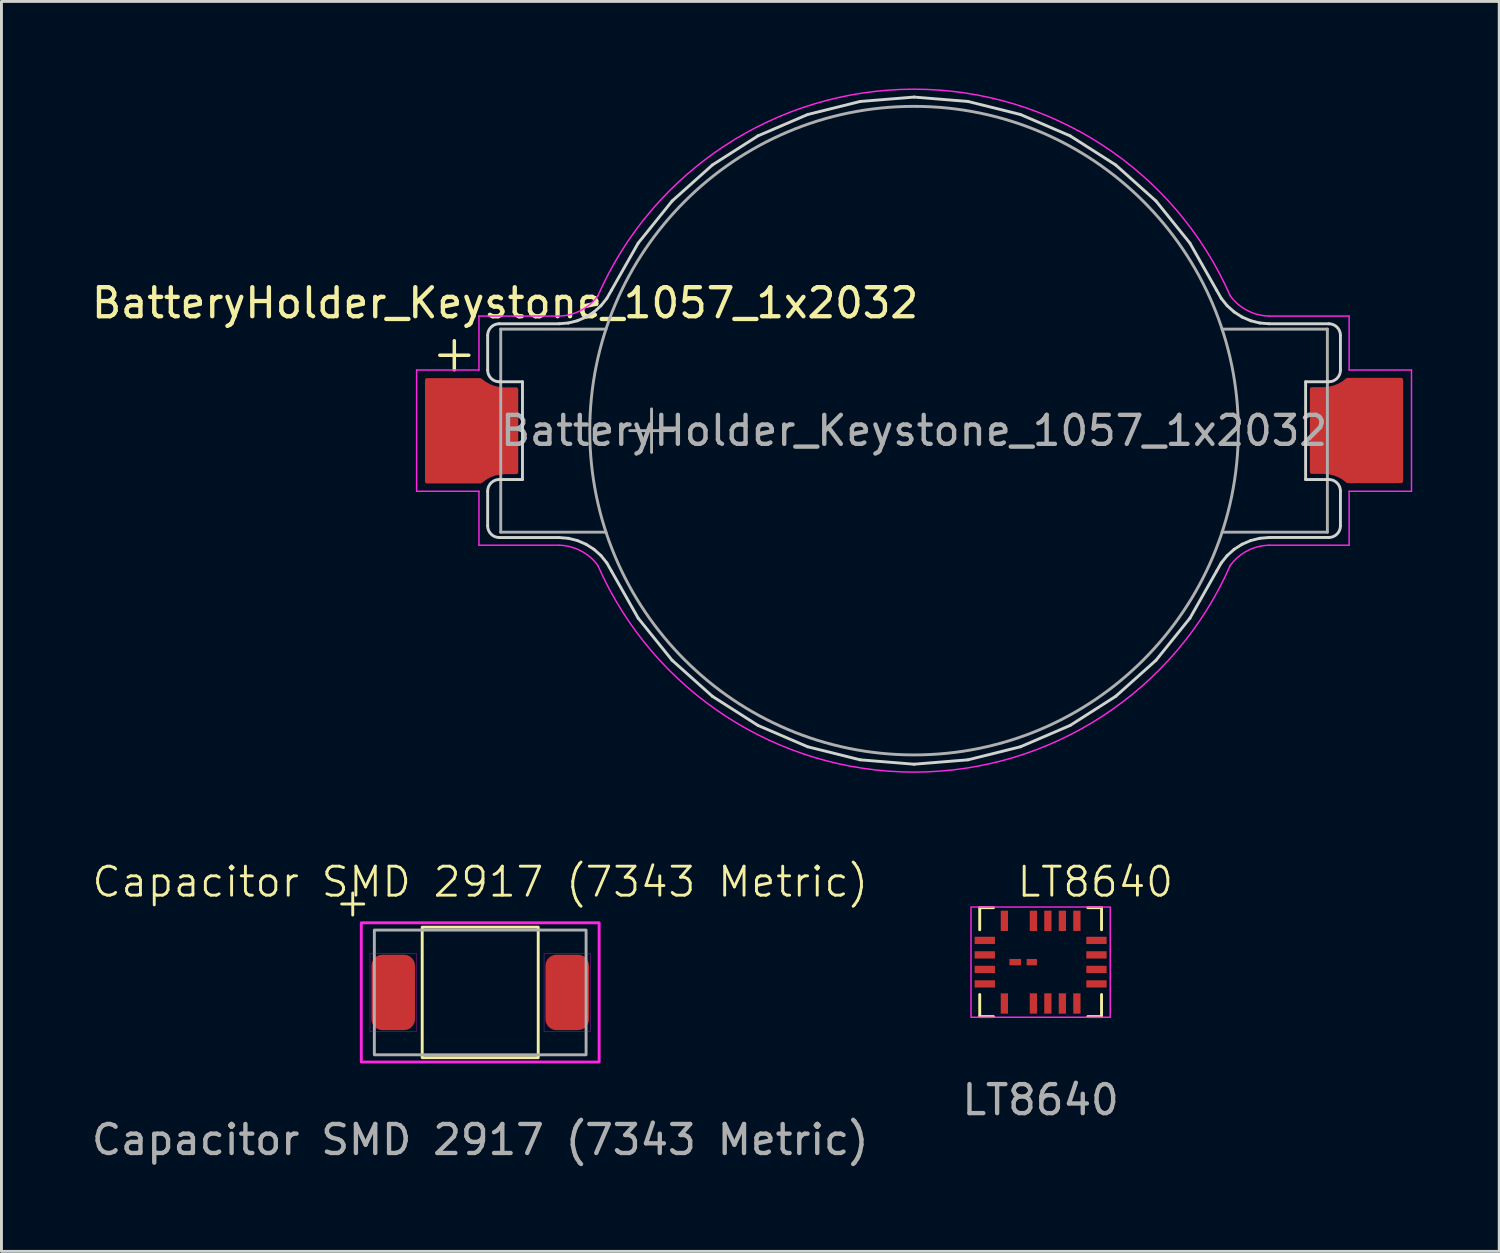
<source format=kicad_pcb>
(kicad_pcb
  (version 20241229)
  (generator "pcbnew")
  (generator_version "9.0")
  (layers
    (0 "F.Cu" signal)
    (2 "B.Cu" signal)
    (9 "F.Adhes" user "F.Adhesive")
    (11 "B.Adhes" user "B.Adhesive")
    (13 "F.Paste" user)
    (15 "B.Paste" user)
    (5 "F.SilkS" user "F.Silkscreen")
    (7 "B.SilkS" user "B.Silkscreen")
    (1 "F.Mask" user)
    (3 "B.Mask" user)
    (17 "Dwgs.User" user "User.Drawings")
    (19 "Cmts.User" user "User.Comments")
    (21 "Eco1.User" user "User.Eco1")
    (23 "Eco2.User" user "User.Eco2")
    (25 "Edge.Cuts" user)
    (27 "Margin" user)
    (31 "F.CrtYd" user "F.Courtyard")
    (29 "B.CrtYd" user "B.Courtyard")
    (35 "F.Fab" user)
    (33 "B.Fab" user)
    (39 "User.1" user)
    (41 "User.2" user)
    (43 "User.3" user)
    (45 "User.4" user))
  (footprint "LT8640"
    (layer "F.Cu")
    (at 32.827 30.121)
    (property "Reference" "LT8640" (at 1.885 -2.766 0) (unlocked yes) (layer "F.SilkS") (effects (font (size 1 1) (thickness 0.1))))
    (attr smd)
    (fp_line (start -2.1 -1.878) (end -2.1 -1.116) (stroke (width 0.1) (type default)) (layer "F.SilkS"))
    (fp_line (start -2.1 1.878) (end -2.1 1.116) (stroke (width 0.1) (type default)) (layer "F.SilkS"))
    (fp_line (start -1.624 -1.878) (end -2.1 -1.878) (stroke (width 0.1) (type default)) (layer "F.SilkS"))
    (fp_line (start -1.624 1.878) (end -2.1 1.878) (stroke (width 0.1) (type default)) (layer "F.SilkS"))
    (fp_line (start 1.624 -1.878) (end 2.1 -1.878) (stroke (width 0.1) (type default)) (layer "F.SilkS"))
    (fp_line (start 1.624 1.878) (end 2.1 1.878) (stroke (width 0.1) (type default)) (layer "F.SilkS"))
    (fp_line (start 2.1 -1.878) (end 2.1 -1.116) (stroke (width 0.1) (type default)) (layer "F.SilkS"))
    (fp_line (start 2.1 1.878) (end 2.1 1.116) (stroke (width 0.1) (type default)) (layer "F.SilkS"))
    (fp_rect (start -2.4 -1.9) (end 2.4 1.9) (stroke (width 0.05) (type default)) (fill no) (layer "F.CrtYd"))
    (fp_text user "${REFERENCE}" (at 0 4.75 0) (unlocked yes) (layer "F.Fab") (effects (font (size 1 1) (thickness 0.15))))
    (pad "1" smd rect (at 1.25 -1.425 90) (size 0.7 0.25) (layers "F.Cu" "F.Mask" "F.Paste"))
    (pad "2" smd rect (at 0.75 -1.425 90) (size 0.7 0.25) (layers "F.Cu" "F.Mask" "F.Paste"))
    (pad "3" smd rect (at 0.25 -1.425 90) (size 0.7 0.25) (layers "F.Cu" "F.Mask" "F.Paste"))
    (pad "4" smd rect (at -0.25 -1.425 90) (size 0.7 0.25) (layers "F.Cu" "F.Mask" "F.Paste"))
    (pad "6" smd rect (at -1.25 -1.425 90) (size 0.7 0.25) (layers "F.Cu" "F.Mask" "F.Paste"))
    (pad "7" smd rect (at -1.925 -0.75 180) (size 0.7 0.25) (layers "F.Cu" "F.Mask" "F.Paste"))
    (pad "8" smd rect (at -1.925 -0.25 180) (size 0.7 0.25) (layers "F.Cu" "F.Mask" "F.Paste"))
    (pad "9" smd rect (at -1.925 0.25 180) (size 0.7 0.25) (layers "F.Cu" "F.Mask" "F.Paste"))
    (pad "10" smd rect (at -1.925 0.75 180) (size 0.7 0.25) (layers "F.Cu" "F.Mask" "F.Paste"))
    (pad "11" smd rect (at -1.25 1.425 270) (size 0.7 0.25) (layers "F.Cu" "F.Mask" "F.Paste"))
    (pad "13" smd rect (at -0.25 1.425 270) (size 0.7 0.25) (layers "F.Cu" "F.Mask" "F.Paste"))
    (pad "14" smd rect (at 0.25 1.425 270) (size 0.7 0.25) (layers "F.Cu" "F.Mask" "F.Paste"))
    (pad "15" smd rect (at 0.75 1.425 270) (size 0.7 0.25) (layers "F.Cu" "F.Mask" "F.Paste"))
    (pad "16" smd rect (at 1.25 1.425 270) (size 0.7 0.25) (layers "F.Cu" "F.Mask" "F.Paste"))
    (pad "17" smd rect (at 1.925 0.75 180) (size 0.7 0.25) (layers "F.Cu" "F.Mask" "F.Paste"))
    (pad "18" smd rect (at 1.925 0.25 180) (size 0.7 0.25) (layers "F.Cu" "F.Mask" "F.Paste"))
    (pad "19" smd rect (at 1.925 -0.25 180) (size 0.7 0.25) (layers "F.Cu" "F.Mask" "F.Paste"))
    (pad "20" smd rect (at 1.925 -0.75 180) (size 0.7 0.25) (layers "F.Cu" "F.Mask" "F.Paste"))
    (pad "21" smd rect (at -0.875 0) (size 0.4 0.22) (layers "F.Cu" "F.Mask" "F.Paste"))
    (pad "22" smd rect (at -0.305 0) (size 0.356 0.22) (layers "F.Cu" "F.Mask" "F.Paste")))
  (footprint "BatteryHolder_Keystone_1057_1x2032"
    (layer "F.Cu")
    (at 28.463 11.797)
    (property "Reference" "BatteryHolder_Keystone_1057_1x2032" (at -14.1 -4.4 180) (layer "F.SilkS") (effects (font (size 1 1) (thickness 0.15))))
    (attr smd)
    (fp_line (start -15.85 -3.1) (end -15.85 -2.1) (stroke (width 0.12) (type solid)) (layer "F.SilkS"))
    (fp_line (start -15.35 -2.6) (end -16.35 -2.6) (stroke (width 0.12) (type solid)) (layer "F.SilkS"))
    (fp_line (start -14.7 -2.085) (end -14.7 -3.285) (stroke (width 0.1) (type solid)) (layer "Edge.Cuts"))
    (fp_line (start -14.7 3.285) (end -14.7 2.085) (stroke (width 0.1) (type solid)) (layer "Edge.Cuts"))
    (fp_line (start -14.3 -3.685) (end -12.245 -3.685) (stroke (width 0.1) (type solid)) (layer "Edge.Cuts"))
    (fp_line (start -14.3 1.685) (end -13.5 1.685) (stroke (width 0.1) (type solid)) (layer "Edge.Cuts"))
    (fp_line (start -13.5 -1.685) (end -14.3 -1.685) (stroke (width 0.1) (type solid)) (layer "Edge.Cuts"))
    (fp_line (start -13.5 1.685) (end -13.5 -1.685) (stroke (width 0.1) (type solid)) (layer "Edge.Cuts"))
    (fp_line (start -12.245 -3.685) (end -11.921 -3.711) (stroke (width 0.1) (type solid)) (layer "Edge.Cuts"))
    (fp_line (start -12.245 3.685) (end -14.3 3.685) (stroke (width 0.1) (type solid)) (layer "Edge.Cuts"))
    (fp_line (start -11.921 -3.711) (end -11.607 -3.789) (stroke (width 0.1) (type solid)) (layer "Edge.Cuts"))
    (fp_line (start -11.921 3.711) (end -12.245 3.685) (stroke (width 0.1) (type solid)) (layer "Edge.Cuts"))
    (fp_line (start -11.607 -3.789) (end -11.309 -3.917) (stroke (width 0.1) (type solid)) (layer "Edge.Cuts"))
    (fp_line (start -11.607 3.789) (end -11.921 3.711) (stroke (width 0.1) (type solid)) (layer "Edge.Cuts"))
    (fp_line (start -11.309 -3.917) (end -11.035 -4.092) (stroke (width 0.1) (type solid)) (layer "Edge.Cuts"))
    (fp_line (start -11.309 3.917) (end -11.607 3.789) (stroke (width 0.1) (type solid)) (layer "Edge.Cuts"))
    (fp_line (start -11.035 -4.092) (end -10.794 -4.308) (stroke (width 0.1) (type solid)) (layer "Edge.Cuts"))
    (fp_line (start -11.035 4.092) (end -11.309 3.917) (stroke (width 0.1) (type solid)) (layer "Edge.Cuts"))
    (fp_line (start -10.794 -4.308) (end -10.591 -4.561) (stroke (width 0.1) (type solid)) (layer "Edge.Cuts"))
    (fp_line (start -10.794 4.308) (end -11.035 4.092) (stroke (width 0.1) (type solid)) (layer "Edge.Cuts"))
    (fp_line (start -10.591 -4.561) (end -10.431 -4.843) (stroke (width 0.1) (type solid)) (layer "Edge.Cuts"))
    (fp_line (start -10.591 4.561) (end -10.794 4.308) (stroke (width 0.1) (type solid)) (layer "Edge.Cuts"))
    (fp_line (start -10.431 -4.843) (end -9.511 -6.465) (stroke (width 0.1) (type solid)) (layer "Edge.Cuts"))
    (fp_line (start -10.431 4.843) (end -10.591 4.561) (stroke (width 0.1) (type solid)) (layer "Edge.Cuts"))
    (fp_line (start -9.511 -6.465) (end -8.341 -7.917) (stroke (width 0.1) (type solid)) (layer "Edge.Cuts"))
    (fp_line (start -9.511 6.465) (end -10.431 4.843) (stroke (width 0.1) (type solid)) (layer "Edge.Cuts"))
    (fp_line (start -8.341 -7.917) (end -6.952 -9.16) (stroke (width 0.1) (type solid)) (layer "Edge.Cuts"))
    (fp_line (start -8.341 7.917) (end -9.511 6.465) (stroke (width 0.1) (type solid)) (layer "Edge.Cuts"))
    (fp_line (start -6.952 -9.16) (end -5.381 -10.163) (stroke (width 0.1) (type solid)) (layer "Edge.Cuts"))
    (fp_line (start -6.952 9.16) (end -8.341 7.917) (stroke (width 0.1) (type solid)) (layer "Edge.Cuts"))
    (fp_line (start -5.381 -10.163) (end -3.668 -10.899) (stroke (width 0.1) (type solid)) (layer "Edge.Cuts"))
    (fp_line (start -5.381 10.163) (end -6.952 9.16) (stroke (width 0.1) (type solid)) (layer "Edge.Cuts"))
    (fp_line (start -3.668 -10.899) (end -1.858 -11.349) (stroke (width 0.1) (type solid)) (layer "Edge.Cuts"))
    (fp_line (start -3.668 10.899) (end -5.381 10.163) (stroke (width 0.1) (type solid)) (layer "Edge.Cuts"))
    (fp_line (start -1.858 -11.349) (end 0 -11.5) (stroke (width 0.1) (type solid)) (layer "Edge.Cuts"))
    (fp_line (start -1.858 11.349) (end -3.668 10.899) (stroke (width 0.1) (type solid)) (layer "Edge.Cuts"))
    (fp_line (start 0 -11.5) (end 1.858 -11.349) (stroke (width 0.1) (type solid)) (layer "Edge.Cuts"))
    (fp_line (start 0 11.5) (end -1.858 11.349) (stroke (width 0.1) (type solid)) (layer "Edge.Cuts"))
    (fp_line (start 1.858 -11.349) (end 3.668 -10.899) (stroke (width 0.1) (type solid)) (layer "Edge.Cuts"))
    (fp_line (start 1.858 11.349) (end 0 11.5) (stroke (width 0.1) (type solid)) (layer "Edge.Cuts"))
    (fp_line (start 3.668 -10.899) (end 5.381 -10.163) (stroke (width 0.1) (type solid)) (layer "Edge.Cuts"))
    (fp_line (start 3.668 10.899) (end 1.858 11.349) (stroke (width 0.1) (type solid)) (layer "Edge.Cuts"))
    (fp_line (start 5.381 -10.163) (end 6.952 -9.16) (stroke (width 0.1) (type solid)) (layer "Edge.Cuts"))
    (fp_line (start 5.381 10.163) (end 3.668 10.899) (stroke (width 0.1) (type solid)) (layer "Edge.Cuts"))
    (fp_line (start 6.952 -9.16) (end 8.341 -7.917) (stroke (width 0.1) (type solid)) (layer "Edge.Cuts"))
    (fp_line (start 6.952 9.16) (end 5.381 10.163) (stroke (width 0.1) (type solid)) (layer "Edge.Cuts"))
    (fp_line (start 8.341 -7.917) (end 9.511 -6.465) (stroke (width 0.1) (type solid)) (layer "Edge.Cuts"))
    (fp_line (start 8.341 7.917) (end 6.952 9.16) (stroke (width 0.1) (type solid)) (layer "Edge.Cuts"))
    (fp_line (start 9.511 -6.465) (end 10.431 -4.843) (stroke (width 0.1) (type solid)) (layer "Edge.Cuts"))
    (fp_line (start 9.511 6.465) (end 8.341 7.917) (stroke (width 0.1) (type solid)) (layer "Edge.Cuts"))
    (fp_line (start 10.431 -4.843) (end 10.591 -4.561) (stroke (width 0.1) (type solid)) (layer "Edge.Cuts"))
    (fp_line (start 10.431 4.843) (end 9.511 6.465) (stroke (width 0.1) (type solid)) (layer "Edge.Cuts"))
    (fp_line (start 10.591 -4.561) (end 10.794 -4.308) (stroke (width 0.1) (type solid)) (layer "Edge.Cuts"))
    (fp_line (start 10.591 4.561) (end 10.431 4.843) (stroke (width 0.1) (type solid)) (layer "Edge.Cuts"))
    (fp_line (start 10.794 -4.308) (end 11.035 -4.092) (stroke (width 0.1) (type solid)) (layer "Edge.Cuts"))
    (fp_line (start 10.794 4.308) (end 10.591 4.561) (stroke (width 0.1) (type solid)) (layer "Edge.Cuts"))
    (fp_line (start 11.035 -4.092) (end 11.309 -3.917) (stroke (width 0.1) (type solid)) (layer "Edge.Cuts"))
    (fp_line (start 11.035 4.092) (end 10.794 4.308) (stroke (width 0.1) (type solid)) (layer "Edge.Cuts"))
    (fp_line (start 11.309 -3.917) (end 11.607 -3.789) (stroke (width 0.1) (type solid)) (layer "Edge.Cuts"))
    (fp_line (start 11.309 3.917) (end 11.035 4.092) (stroke (width 0.1) (type solid)) (layer "Edge.Cuts"))
    (fp_line (start 11.607 -3.789) (end 11.921 -3.711) (stroke (width 0.1) (type solid)) (layer "Edge.Cuts"))
    (fp_line (start 11.607 3.789) (end 11.309 3.917) (stroke (width 0.1) (type solid)) (layer "Edge.Cuts"))
    (fp_line (start 11.921 -3.711) (end 12.245 -3.685) (stroke (width 0.1) (type solid)) (layer "Edge.Cuts"))
    (fp_line (start 11.921 3.711) (end 11.607 3.789) (stroke (width 0.1) (type solid)) (layer "Edge.Cuts"))
    (fp_line (start 12.245 -3.685) (end 14.3 -3.685) (stroke (width 0.1) (type solid)) (layer "Edge.Cuts"))
    (fp_line (start 12.245 3.683) (end 11.921 3.711) (stroke (width 0.1) (type solid)) (layer "Edge.Cuts"))
    (fp_line (start 13.5 -1.685) (end 13.5 1.685) (stroke (width 0.1) (type solid)) (layer "Edge.Cuts"))
    (fp_line (start 13.5 1.685) (end 14.3 1.685) (stroke (width 0.1) (type solid)) (layer "Edge.Cuts"))
    (fp_line (start 14.3 -1.685) (end 13.5 -1.685) (stroke (width 0.1) (type solid)) (layer "Edge.Cuts"))
    (fp_line (start 14.3 3.683) (end 12.245 3.683) (stroke (width 0.1) (type solid)) (layer "Edge.Cuts"))
    (fp_line (start 14.7 -3.285) (end 14.7 -2.085) (stroke (width 0.1) (type solid)) (layer "Edge.Cuts"))
    (fp_line (start 14.7 2.085) (end 14.7 3.283) (stroke (width 0.1) (type solid)) (layer "Edge.Cuts"))
    (fp_arc (start -14.7 -3.285) (mid -14.582843 -3.567843) (end -14.3 -3.685) (stroke (width 0.1) (type solid)) (layer "Edge.Cuts"))
    (fp_arc (start -14.7 2.084949) (mid -14.582843 1.802106) (end -14.3 1.684949) (stroke (width 0.1) (type solid)) (layer "Edge.Cuts"))
    (fp_arc (start -14.3 -1.68505) (mid -14.582842 -1.802207) (end -14.7 -2.08505) (stroke (width 0.1) (type solid)) (layer "Edge.Cuts"))
    (fp_arc (start -14.3 3.684899) (mid -14.582843 3.567742) (end -14.7 3.284899) (stroke (width 0.1) (type solid)) (layer "Edge.Cuts"))
    (fp_arc (start 14.3 -3.685) (mid 14.582843 -3.567843) (end 14.7 -3.285) (stroke (width 0.1) (type solid)) (layer "Edge.Cuts"))
    (fp_arc (start 14.3 1.68505) (mid 14.582849 1.8022) (end 14.7 2.08505) (stroke (width 0.1) (type solid)) (layer "Edge.Cuts"))
    (fp_arc (start 14.7 -2.08505) (mid 14.582843 -1.802207) (end 14.3 -1.68505) (stroke (width 0.1) (type solid)) (layer "Edge.Cuts"))
    (fp_arc (start 14.7 3.282793) (mid 14.582843 3.565636) (end 14.3 3.682793) (stroke (width 0.1) (type solid)) (layer "Edge.Cuts"))
    (fp_line (start -17.15 -2.09) (end -17.15 2.09) (stroke (width 0.05) (type solid)) (layer "F.CrtYd"))
    (fp_line (start -17.15 2.09) (end -15 2.09) (stroke (width 0.05) (type solid)) (layer "F.CrtYd"))
    (fp_line (start -15 -3.95) (end -15 -2.09) (stroke (width 0.05) (type solid)) (layer "F.CrtYd"))
    (fp_line (start -15 -2.09) (end -17.15 -2.09) (stroke (width 0.05) (type solid)) (layer "F.CrtYd"))
    (fp_line (start -15 3.95) (end -15 2.09) (stroke (width 0.05) (type solid)) (layer "F.CrtYd"))
    (fp_line (start -12.25 -3.95) (end -15 -3.95) (stroke (width 0.05) (type solid)) (layer "F.CrtYd"))
    (fp_line (start -12.25 3.95) (end -15 3.95) (stroke (width 0.05) (type solid)) (layer "F.CrtYd"))
    (fp_line (start 12.25 -3.95) (end 15 -3.95) (stroke (width 0.05) (type solid)) (layer "F.CrtYd"))
    (fp_line (start 12.25 3.95) (end 15 3.95) (stroke (width 0.05) (type solid)) (layer "F.CrtYd"))
    (fp_line (start 15 -3.95) (end 15 -2.09) (stroke (width 0.05) (type solid)) (layer "F.CrtYd"))
    (fp_line (start 15 2.09) (end 17.15 2.09) (stroke (width 0.05) (type solid)) (layer "F.CrtYd"))
    (fp_line (start 15 3.95) (end 15 2.09) (stroke (width 0.05) (type solid)) (layer "F.CrtYd"))
    (fp_line (start 17.15 -2.09) (end 15 -2.09) (stroke (width 0.05) (type solid)) (layer "F.CrtYd"))
    (fp_line (start 17.15 2.09) (end 17.15 -2.09) (stroke (width 0.05) (type solid)) (layer "F.CrtYd"))
    (fp_arc (start -12.25 3.95) (mid -11.492594 4.141075) (end -10.9 4.65) (stroke (width 0.05) (type solid)) (layer "F.CrtYd"))
    (fp_arc (start -10.9 -4.65) (mid -11.492594 -4.141075) (end -12.25 -3.95) (stroke (width 0.05) (type solid)) (layer "F.CrtYd"))
    (fp_arc (start -10.9 -4.65) (mid 0 -11.772188) (end 10.9 -4.65) (stroke (width 0.05) (type solid)) (layer "F.CrtYd"))
    (fp_arc (start 10.9 4.65) (mid 0 11.7722) (end -10.9 4.65) (stroke (width 0.05) (type solid)) (layer "F.CrtYd"))
    (fp_arc (start 10.9 4.65) (mid 11.492594 4.141075) (end 12.25 3.95) (stroke (width 0.05) (type solid)) (layer "F.CrtYd"))
    (fp_arc (start 12.25 -3.95) (mid 11.492594 -4.141075) (end 10.9 -4.65) (stroke (width 0.05) (type solid)) (layer "F.CrtYd"))
    (fp_line (start -14.25 -3.5) (end -14.25 3.5) (stroke (width 0.1) (type solid)) (layer "F.Fab"))
    (fp_line (start -14.25 3.5) (end -10.62 3.5) (stroke (width 0.1) (type solid)) (layer "F.Fab"))
    (fp_line (start -10.62 -3.5) (end -14.25 -3.5) (stroke (width 0.1) (type solid)) (layer "F.Fab"))
    (fp_line (start -9.8 0) (end -8.3 0) (stroke (width 0.1) (type solid)) (layer "F.Fab"))
    (fp_line (start -9.05 -0.75) (end -9.05 0.75) (stroke (width 0.1) (type solid)) (layer "F.Fab"))
    (fp_line (start 10.62 -3.5) (end 14.25 -3.5) (stroke (width 0.1) (type solid)) (layer "F.Fab"))
    (fp_line (start 14.25 -3.5) (end 14.25 3.5) (stroke (width 0.1) (type solid)) (layer "F.Fab"))
    (fp_line (start 14.25 3.5) (end 10.62 3.5) (stroke (width 0.1) (type solid)) (layer "F.Fab"))
    (fp_circle (center 0 0) (end 11.18 0) (stroke (width 0.1) (type solid)) (fill no) (layer "F.Fab"))
    (fp_text user "${REFERENCE}" (at 0 0 0) (unlocked yes) (layer "F.Fab") (effects (font (size 1 1) (thickness 0.15))))
    (pad "1" smd custom (at -15.15 -0.1) (size 1 1) (layers "F.Cu" "F.Mask" "F.Paste") (options (anchor rect)) (primitives (gr_poly (pts (xy 0.2 -1.65) (xy 0.272 -1.595) (xy 0.343 -1.539) (xy 0.501 -1.45) (xy 0.585 -1.417) (xy 0.669 -1.385) (xy 0.758 -1.365) (xy 0.846 -1.344) (xy 1.026 -1.33) (xy 1.235 -1.33) (xy 1.444 -1.33) (xy 1.444 1.54) (xy 1.044 1.54) (xy 0.862 1.553) (xy 0.683 1.593) (xy 0.513 1.659) (xy 0.353 1.748) (xy 0.281 1.804) (xy 0.209 1.86) (xy -1.65 1.86) (xy -1.65 -1.65)) (width 0.12) (fill yes))))
    (pad "2" smd custom (at 15.15 0.1 180) (size 1 1) (layers "F.Cu" "F.Mask" "F.Paste") (options (anchor rect)) (primitives (gr_poly (pts (xy 0.2 -1.65) (xy 0.272 -1.595) (xy 0.343 -1.539) (xy 0.501 -1.45) (xy 0.585 -1.417) (xy 0.669 -1.385) (xy 0.758 -1.365) (xy 0.846 -1.344) (xy 1.026 -1.33) (xy 1.235 -1.33) (xy 1.444 -1.33) (xy 1.444 1.54) (xy 1.044 1.54) (xy 0.862 1.553) (xy 0.683 1.593) (xy 0.513 1.659) (xy 0.353 1.748) (xy 0.281 1.804) (xy 0.209 1.86) (xy -1.65 1.86) (xy -1.65 -1.65)) (width 0.12) (fill yes)))))
  (footprint "Capacitor SMD 2917 (7343 Metric)"
    (layer "F.Cu")
    (at 13.506 31.165)
    (property "Reference" "Capacitor SMD 2917 (7343 Metric)" (at 0 -3.81 0) (unlocked yes) (layer "F.SilkS") (effects (font (size 1 1) (thickness 0.1))))
    (attr smd)
    (fp_rect (start -2 2.25) (end 2 -2.25) (stroke (width 0.1) (type default)) (fill no) (layer "F.SilkS"))
    (fp_rect (start -4.1 2.4) (end 4.1 -2.4) (stroke (width 0.1) (type default)) (fill no) (layer "F.CrtYd"))
    (fp_rect (start -3.8 -1.35) (end -2.2 1.35) (stroke (width 0.01) (type default)) (fill no) (layer "F.CrtYd"))
    (fp_rect (start 3.8 -1.35) (end 2.2 1.35) (stroke (width 0.01) (type default)) (fill no) (layer "F.CrtYd"))
    (fp_rect (start -3.65 2.15) (end 3.65 -2.15) (stroke (width 0.1) (type default)) (fill no) (layer "F.Fab"))
    (fp_text user "+" (at -5.08 -2.54 0) (unlocked yes) (layer "F.SilkS") (effects (font (size 1 1) (thickness 0.1)) (justify left bottom)))
    (fp_text user "${REFERENCE}" (at 0 5.08 0) (unlocked yes) (layer "F.Fab") (effects (font (size 1 1) (thickness 0.15))))
    (pad "1" smd roundrect (at -3 0) (size 1.5 2.6) (layers "F.Cu" "F.Mask" "F.Paste") (roundrect_rratio 0.25))
    (pad "2" smd roundrect (at 3 0) (size 1.5 2.6) (layers "F.Cu" "F.Mask" "F.Paste") (roundrect_rratio 0.25)))
  (gr_rect
    (start -3 -3)
    (end 48.638 40.093)
    (stroke (width 0.1) (type default))
    (fill no)
    (layer "Edge.Cuts")))
</source>
